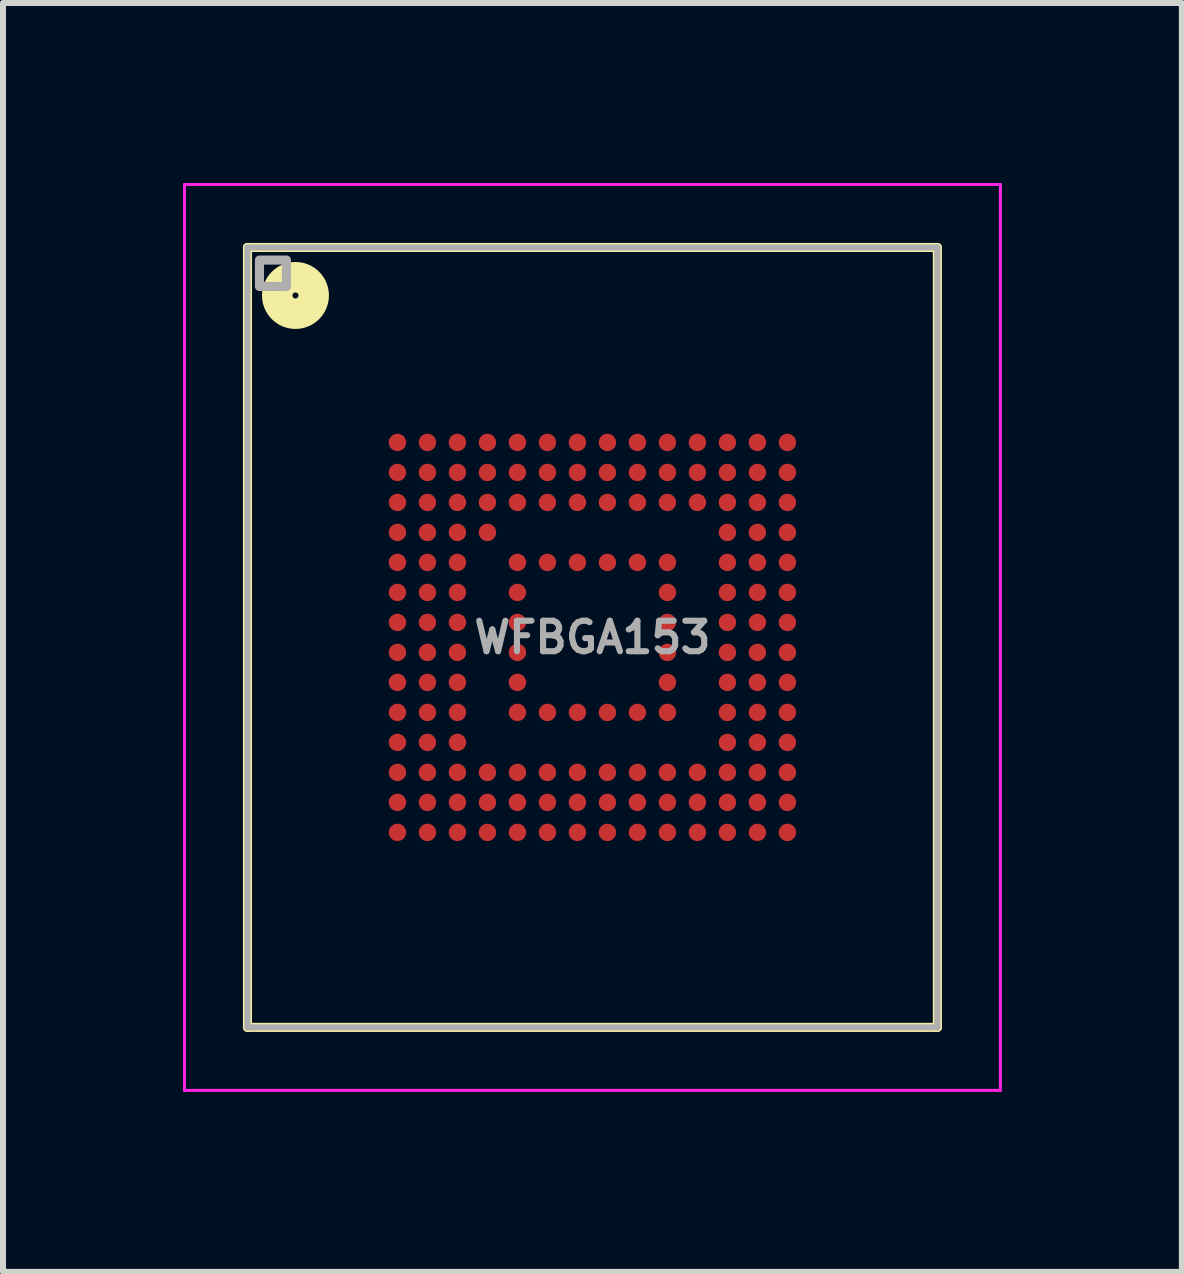
<source format=kicad_pcb>
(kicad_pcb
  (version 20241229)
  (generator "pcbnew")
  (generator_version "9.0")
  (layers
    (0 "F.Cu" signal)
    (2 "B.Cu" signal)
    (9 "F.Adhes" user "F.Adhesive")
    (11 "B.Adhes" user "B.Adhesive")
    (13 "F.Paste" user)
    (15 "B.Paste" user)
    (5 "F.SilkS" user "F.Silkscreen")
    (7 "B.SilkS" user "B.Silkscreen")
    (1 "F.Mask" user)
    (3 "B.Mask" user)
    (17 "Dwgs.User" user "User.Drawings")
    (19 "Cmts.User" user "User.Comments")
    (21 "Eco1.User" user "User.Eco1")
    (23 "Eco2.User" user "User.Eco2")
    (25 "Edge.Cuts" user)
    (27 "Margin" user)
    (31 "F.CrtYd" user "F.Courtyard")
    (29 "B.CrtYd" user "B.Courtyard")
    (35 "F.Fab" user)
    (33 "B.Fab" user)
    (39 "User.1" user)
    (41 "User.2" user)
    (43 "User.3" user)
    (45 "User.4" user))
  (footprint "WFBGA153"
    (layer "F.Cu")
    (at 6.825 7.575)
    (property "Reference" "WFBGA153" (at 0 0 180) (layer "F.Fab") (effects (font (size 0.508 0.508) (thickness 0.102))))
    (attr smd)
    (fp_line (start -5.75 -6.5) (end 5.75 -6.5) (stroke (width 0.152) (type solid)) (layer "F.SilkS"))
    (fp_line (start -5.75 6.5) (end -5.75 -6.5) (stroke (width 0.152) (type solid)) (layer "F.SilkS"))
    (fp_line (start 5.75 -6.5) (end 5.75 6.5) (stroke (width 0.152) (type solid)) (layer "F.SilkS"))
    (fp_line (start 5.75 6.5) (end -5.75 6.5) (stroke (width 0.152) (type solid)) (layer "F.SilkS"))
    (fp_circle (center -4.95 -5.7) (end -4.9 -5.7) (stroke (width 0.508) (type solid)) (fill no) (layer "F.SilkS"))
    (fp_line (start -6.8 -7.55) (end 6.8 -7.55) (stroke (width 0.05) (type solid)) (layer "F.CrtYd"))
    (fp_line (start -6.8 7.55) (end -6.8 -7.55) (stroke (width 0.05) (type solid)) (layer "F.CrtYd"))
    (fp_line (start 6.8 -7.55) (end 6.8 7.55) (stroke (width 0.05) (type solid)) (layer "F.CrtYd"))
    (fp_line (start 6.8 7.55) (end -6.8 7.55) (stroke (width 0.05) (type solid)) (layer "F.CrtYd"))
    (fp_line (start -5.75 -6.5) (end 5.75 -6.5) (stroke (width 0.102) (type solid)) (layer "F.Fab"))
    (fp_line (start -5.75 6.5) (end -5.75 -6.5) (stroke (width 0.102) (type solid)) (layer "F.Fab"))
    (fp_line (start 5.75 -6.5) (end 5.75 6.5) (stroke (width 0.102) (type solid)) (layer "F.Fab"))
    (fp_line (start 5.75 6.5) (end -5.75 6.5) (stroke (width 0.102) (type solid)) (layer "F.Fab"))
    (fp_rect (start -5.55 -5.85) (end -5.1 -6.29) (stroke (width 0.152) (type solid)) (fill no) (layer "F.Fab"))
    (pad "A1" smd circle (at -3.25 -3.25 90) (size 0.29 0.29) (layers "F.Cu" "F.Mask" "F.Paste"))
    (pad "A2" smd circle (at -2.75 -3.25 90) (size 0.29 0.29) (layers "F.Cu" "F.Mask" "F.Paste"))
    (pad "A3" smd circle (at -2.25 -3.25 90) (size 0.29 0.29) (layers "F.Cu" "F.Mask" "F.Paste"))
    (pad "A4" smd circle (at -1.75 -3.25 90) (size 0.29 0.29) (layers "F.Cu" "F.Mask" "F.Paste"))
    (pad "A5" smd circle (at -1.25 -3.25 90) (size 0.29 0.29) (layers "F.Cu" "F.Mask" "F.Paste"))
    (pad "A6" smd circle (at -0.75 -3.25 90) (size 0.29 0.29) (layers "F.Cu" "F.Mask" "F.Paste"))
    (pad "A7" smd circle (at -0.25 -3.25 90) (size 0.29 0.29) (layers "F.Cu" "F.Mask" "F.Paste"))
    (pad "A8" smd circle (at 0.25 -3.25 90) (size 0.29 0.29) (layers "F.Cu" "F.Mask" "F.Paste"))
    (pad "A9" smd circle (at 0.75 -3.25 90) (size 0.29 0.29) (layers "F.Cu" "F.Mask" "F.Paste"))
    (pad "A10" smd circle (at 1.25 -3.25 90) (size 0.29 0.29) (layers "F.Cu" "F.Mask" "F.Paste"))
    (pad "A11" smd circle (at 1.75 -3.25 90) (size 0.29 0.29) (layers "F.Cu" "F.Mask" "F.Paste"))
    (pad "A12" smd circle (at 2.25 -3.25 90) (size 0.29 0.29) (layers "F.Cu" "F.Mask" "F.Paste"))
    (pad "A13" smd circle (at 2.75 -3.25 90) (size 0.29 0.29) (layers "F.Cu" "F.Mask" "F.Paste"))
    (pad "A14" smd circle (at 3.25 -3.25 90) (size 0.29 0.29) (layers "F.Cu" "F.Mask" "F.Paste"))
    (pad "B1" smd circle (at -3.25 -2.75 90) (size 0.29 0.29) (layers "F.Cu" "F.Mask" "F.Paste"))
    (pad "B2" smd circle (at -2.75 -2.75 90) (size 0.29 0.29) (layers "F.Cu" "F.Mask" "F.Paste"))
    (pad "B3" smd circle (at -2.25 -2.75 90) (size 0.29 0.29) (layers "F.Cu" "F.Mask" "F.Paste"))
    (pad "B4" smd circle (at -1.75 -2.75 90) (size 0.29 0.29) (layers "F.Cu" "F.Mask" "F.Paste"))
    (pad "B5" smd circle (at -1.25 -2.75 90) (size 0.29 0.29) (layers "F.Cu" "F.Mask" "F.Paste"))
    (pad "B6" smd circle (at -0.75 -2.75 90) (size 0.29 0.29) (layers "F.Cu" "F.Mask" "F.Paste"))
    (pad "B7" smd circle (at -0.25 -2.75 90) (size 0.29 0.29) (layers "F.Cu" "F.Mask" "F.Paste"))
    (pad "B8" smd circle (at 0.25 -2.75 90) (size 0.29 0.29) (layers "F.Cu" "F.Mask" "F.Paste"))
    (pad "B9" smd circle (at 0.75 -2.75 90) (size 0.29 0.29) (layers "F.Cu" "F.Mask" "F.Paste"))
    (pad "B10" smd circle (at 1.25 -2.75 90) (size 0.29 0.29) (layers "F.Cu" "F.Mask" "F.Paste"))
    (pad "B11" smd circle (at 1.75 -2.75 90) (size 0.29 0.29) (layers "F.Cu" "F.Mask" "F.Paste"))
    (pad "B12" smd circle (at 2.25 -2.75 90) (size 0.29 0.29) (layers "F.Cu" "F.Mask" "F.Paste"))
    (pad "B13" smd circle (at 2.75 -2.75 90) (size 0.29 0.29) (layers "F.Cu" "F.Mask" "F.Paste"))
    (pad "B14" smd circle (at 3.25 -2.75 90) (size 0.29 0.29) (layers "F.Cu" "F.Mask" "F.Paste"))
    (pad "C1" smd circle (at -3.25 -2.25 90) (size 0.29 0.29) (layers "F.Cu" "F.Mask" "F.Paste"))
    (pad "C2" smd circle (at -2.75 -2.25 90) (size 0.29 0.29) (layers "F.Cu" "F.Mask" "F.Paste"))
    (pad "C3" smd circle (at -2.25 -2.25 90) (size 0.29 0.29) (layers "F.Cu" "F.Mask" "F.Paste"))
    (pad "C4" smd circle (at -1.75 -2.25 90) (size 0.29 0.29) (layers "F.Cu" "F.Mask" "F.Paste"))
    (pad "C5" smd circle (at -1.25 -2.25 90) (size 0.29 0.29) (layers "F.Cu" "F.Mask" "F.Paste"))
    (pad "C6" smd circle (at -0.75 -2.25 90) (size 0.29 0.29) (layers "F.Cu" "F.Mask" "F.Paste"))
    (pad "C7" smd circle (at -0.25 -2.25 90) (size 0.29 0.29) (layers "F.Cu" "F.Mask" "F.Paste"))
    (pad "C8" smd circle (at 0.25 -2.25 90) (size 0.29 0.29) (layers "F.Cu" "F.Mask" "F.Paste"))
    (pad "C9" smd circle (at 0.75 -2.25 90) (size 0.29 0.29) (layers "F.Cu" "F.Mask" "F.Paste"))
    (pad "C10" smd circle (at 1.25 -2.25 90) (size 0.29 0.29) (layers "F.Cu" "F.Mask" "F.Paste"))
    (pad "C11" smd circle (at 1.75 -2.25 90) (size 0.29 0.29) (layers "F.Cu" "F.Mask" "F.Paste"))
    (pad "C12" smd circle (at 2.25 -2.25 90) (size 0.29 0.29) (layers "F.Cu" "F.Mask" "F.Paste"))
    (pad "C13" smd circle (at 2.75 -2.25 90) (size 0.29 0.29) (layers "F.Cu" "F.Mask" "F.Paste"))
    (pad "C14" smd circle (at 3.25 -2.25 90) (size 0.29 0.29) (layers "F.Cu" "F.Mask" "F.Paste"))
    (pad "D1" smd circle (at -3.25 -1.75 90) (size 0.29 0.29) (layers "F.Cu" "F.Mask" "F.Paste"))
    (pad "D2" smd circle (at -2.75 -1.75 90) (size 0.29 0.29) (layers "F.Cu" "F.Mask" "F.Paste"))
    (pad "D3" smd circle (at -2.25 -1.75 90) (size 0.29 0.29) (layers "F.Cu" "F.Mask" "F.Paste"))
    (pad "D4" smd circle (at -1.75 -1.75 90) (size 0.29 0.29) (layers "F.Cu" "F.Mask" "F.Paste"))
    (pad "D12" smd circle (at 2.25 -1.75 90) (size 0.29 0.29) (layers "F.Cu" "F.Mask" "F.Paste"))
    (pad "D13" smd circle (at 2.75 -1.75 90) (size 0.29 0.29) (layers "F.Cu" "F.Mask" "F.Paste"))
    (pad "D14" smd circle (at 3.25 -1.75 90) (size 0.29 0.29) (layers "F.Cu" "F.Mask" "F.Paste"))
    (pad "E1" smd circle (at -3.25 -1.25 90) (size 0.29 0.29) (layers "F.Cu" "F.Mask" "F.Paste"))
    (pad "E2" smd circle (at -2.75 -1.25 90) (size 0.29 0.29) (layers "F.Cu" "F.Mask" "F.Paste"))
    (pad "E3" smd circle (at -2.25 -1.25 90) (size 0.29 0.29) (layers "F.Cu" "F.Mask" "F.Paste"))
    (pad "E5" smd circle (at -1.25 -1.25 90) (size 0.29 0.29) (layers "F.Cu" "F.Mask" "F.Paste"))
    (pad "E6" smd circle (at -0.75 -1.25 90) (size 0.29 0.29) (layers "F.Cu" "F.Mask" "F.Paste"))
    (pad "E7" smd circle (at -0.25 -1.25 90) (size 0.29 0.29) (layers "F.Cu" "F.Mask" "F.Paste"))
    (pad "E8" smd circle (at 0.25 -1.25 90) (size 0.29 0.29) (layers "F.Cu" "F.Mask" "F.Paste"))
    (pad "E9" smd circle (at 0.75 -1.25 90) (size 0.29 0.29) (layers "F.Cu" "F.Mask" "F.Paste"))
    (pad "E10" smd circle (at 1.25 -1.25 90) (size 0.29 0.29) (layers "F.Cu" "F.Mask" "F.Paste"))
    (pad "E12" smd circle (at 2.25 -1.25 90) (size 0.29 0.29) (layers "F.Cu" "F.Mask" "F.Paste"))
    (pad "E13" smd circle (at 2.75 -1.25 90) (size 0.29 0.29) (layers "F.Cu" "F.Mask" "F.Paste"))
    (pad "E14" smd circle (at 3.25 -1.25 90) (size 0.29 0.29) (layers "F.Cu" "F.Mask" "F.Paste"))
    (pad "F1" smd circle (at -3.25 -0.75 90) (size 0.29 0.29) (layers "F.Cu" "F.Mask" "F.Paste"))
    (pad "F2" smd circle (at -2.75 -0.75 90) (size 0.29 0.29) (layers "F.Cu" "F.Mask" "F.Paste"))
    (pad "F3" smd circle (at -2.25 -0.75 90) (size 0.29 0.29) (layers "F.Cu" "F.Mask" "F.Paste"))
    (pad "F5" smd circle (at -1.25 -0.75 90) (size 0.29 0.29) (layers "F.Cu" "F.Mask" "F.Paste"))
    (pad "F10" smd circle (at 1.25 -0.75 90) (size 0.29 0.29) (layers "F.Cu" "F.Mask" "F.Paste"))
    (pad "F12" smd circle (at 2.25 -0.75 90) (size 0.29 0.29) (layers "F.Cu" "F.Mask" "F.Paste"))
    (pad "F13" smd circle (at 2.75 -0.75 90) (size 0.29 0.29) (layers "F.Cu" "F.Mask" "F.Paste"))
    (pad "F14" smd circle (at 3.25 -0.75 90) (size 0.29 0.29) (layers "F.Cu" "F.Mask" "F.Paste"))
    (pad "G1" smd circle (at -3.25 -0.25 90) (size 0.29 0.29) (layers "F.Cu" "F.Mask" "F.Paste"))
    (pad "G2" smd circle (at -2.75 -0.25 90) (size 0.29 0.29) (layers "F.Cu" "F.Mask" "F.Paste"))
    (pad "G3" smd circle (at -2.25 -0.25 90) (size 0.29 0.29) (layers "F.Cu" "F.Mask" "F.Paste"))
    (pad "G5" smd circle (at -1.25 -0.25 90) (size 0.29 0.29) (layers "F.Cu" "F.Mask" "F.Paste"))
    (pad "G10" smd circle (at 1.25 -0.25 90) (size 0.29 0.29) (layers "F.Cu" "F.Mask" "F.Paste"))
    (pad "G12" smd circle (at 2.25 -0.25 90) (size 0.29 0.29) (layers "F.Cu" "F.Mask" "F.Paste"))
    (pad "G13" smd circle (at 2.75 -0.25 90) (size 0.29 0.29) (layers "F.Cu" "F.Mask" "F.Paste"))
    (pad "G14" smd circle (at 3.25 -0.25 90) (size 0.29 0.29) (layers "F.Cu" "F.Mask" "F.Paste"))
    (pad "H1" smd circle (at -3.25 0.25 90) (size 0.29 0.29) (layers "F.Cu" "F.Mask" "F.Paste"))
    (pad "H2" smd circle (at -2.75 0.25 90) (size 0.29 0.29) (layers "F.Cu" "F.Mask" "F.Paste"))
    (pad "H3" smd circle (at -2.25 0.25 90) (size 0.29 0.29) (layers "F.Cu" "F.Mask" "F.Paste"))
    (pad "H5" smd circle (at -1.25 0.25 90) (size 0.29 0.29) (layers "F.Cu" "F.Mask" "F.Paste"))
    (pad "H10" smd circle (at 1.25 0.25 90) (size 0.29 0.29) (layers "F.Cu" "F.Mask" "F.Paste"))
    (pad "H12" smd circle (at 2.25 0.25 90) (size 0.29 0.29) (layers "F.Cu" "F.Mask" "F.Paste"))
    (pad "H13" smd circle (at 2.75 0.25 90) (size 0.29 0.29) (layers "F.Cu" "F.Mask" "F.Paste"))
    (pad "H14" smd circle (at 3.25 0.25 90) (size 0.29 0.29) (layers "F.Cu" "F.Mask" "F.Paste"))
    (pad "J1" smd circle (at -3.25 0.75 90) (size 0.29 0.29) (layers "F.Cu" "F.Mask" "F.Paste"))
    (pad "J2" smd circle (at -2.75 0.75 90) (size 0.29 0.29) (layers "F.Cu" "F.Mask" "F.Paste"))
    (pad "J3" smd circle (at -2.25 0.75 90) (size 0.29 0.29) (layers "F.Cu" "F.Mask" "F.Paste"))
    (pad "J5" smd circle (at -1.25 0.75 90) (size 0.29 0.29) (layers "F.Cu" "F.Mask" "F.Paste"))
    (pad "J10" smd circle (at 1.25 0.75 90) (size 0.29 0.29) (layers "F.Cu" "F.Mask" "F.Paste"))
    (pad "J12" smd circle (at 2.25 0.75 90) (size 0.29 0.29) (layers "F.Cu" "F.Mask" "F.Paste"))
    (pad "J13" smd circle (at 2.75 0.75 90) (size 0.29 0.29) (layers "F.Cu" "F.Mask" "F.Paste"))
    (pad "J14" smd circle (at 3.25 0.75 90) (size 0.29 0.29) (layers "F.Cu" "F.Mask" "F.Paste"))
    (pad "K1" smd circle (at -3.25 1.25 90) (size 0.29 0.29) (layers "F.Cu" "F.Mask" "F.Paste"))
    (pad "K2" smd circle (at -2.75 1.25 90) (size 0.29 0.29) (layers "F.Cu" "F.Mask" "F.Paste"))
    (pad "K3" smd circle (at -2.25 1.25 90) (size 0.29 0.29) (layers "F.Cu" "F.Mask" "F.Paste"))
    (pad "K5" smd circle (at -1.25 1.25 90) (size 0.29 0.29) (layers "F.Cu" "F.Mask" "F.Paste"))
    (pad "K6" smd circle (at -0.75 1.25 90) (size 0.29 0.29) (layers "F.Cu" "F.Mask" "F.Paste"))
    (pad "K7" smd circle (at -0.25 1.25 90) (size 0.29 0.29) (layers "F.Cu" "F.Mask" "F.Paste"))
    (pad "K8" smd circle (at 0.25 1.25 90) (size 0.29 0.29) (layers "F.Cu" "F.Mask" "F.Paste"))
    (pad "K9" smd circle (at 0.75 1.25 90) (size 0.29 0.29) (layers "F.Cu" "F.Mask" "F.Paste"))
    (pad "K10" smd circle (at 1.25 1.25 90) (size 0.29 0.29) (layers "F.Cu" "F.Mask" "F.Paste"))
    (pad "K12" smd circle (at 2.25 1.25 90) (size 0.29 0.29) (layers "F.Cu" "F.Mask" "F.Paste"))
    (pad "K13" smd circle (at 2.75 1.25 90) (size 0.29 0.29) (layers "F.Cu" "F.Mask" "F.Paste"))
    (pad "K14" smd circle (at 3.25 1.25 90) (size 0.29 0.29) (layers "F.Cu" "F.Mask" "F.Paste"))
    (pad "L1" smd circle (at -3.25 1.75 90) (size 0.29 0.29) (layers "F.Cu" "F.Mask" "F.Paste"))
    (pad "L2" smd circle (at -2.75 1.75 90) (size 0.29 0.29) (layers "F.Cu" "F.Mask" "F.Paste"))
    (pad "L3" smd circle (at -2.25 1.75 90) (size 0.29 0.29) (layers "F.Cu" "F.Mask" "F.Paste"))
    (pad "L12" smd circle (at 2.25 1.75 90) (size 0.29 0.29) (layers "F.Cu" "F.Mask" "F.Paste"))
    (pad "L13" smd circle (at 2.75 1.75 90) (size 0.29 0.29) (layers "F.Cu" "F.Mask" "F.Paste"))
    (pad "L14" smd circle (at 3.25 1.75 90) (size 0.29 0.29) (layers "F.Cu" "F.Mask" "F.Paste"))
    (pad "M1" smd circle (at -3.25 2.25 90) (size 0.29 0.29) (layers "F.Cu" "F.Mask" "F.Paste"))
    (pad "M2" smd circle (at -2.75 2.25 90) (size 0.29 0.29) (layers "F.Cu" "F.Mask" "F.Paste"))
    (pad "M3" smd circle (at -2.25 2.25 90) (size 0.29 0.29) (layers "F.Cu" "F.Mask" "F.Paste"))
    (pad "M4" smd circle (at -1.75 2.25 90) (size 0.29 0.29) (layers "F.Cu" "F.Mask" "F.Paste"))
    (pad "M5" smd circle (at -1.25 2.25 90) (size 0.29 0.29) (layers "F.Cu" "F.Mask" "F.Paste"))
    (pad "M6" smd circle (at -0.75 2.25 90) (size 0.29 0.29) (layers "F.Cu" "F.Mask" "F.Paste"))
    (pad "M7" smd circle (at -0.25 2.25 90) (size 0.29 0.29) (layers "F.Cu" "F.Mask" "F.Paste"))
    (pad "M8" smd circle (at 0.25 2.25 90) (size 0.29 0.29) (layers "F.Cu" "F.Mask" "F.Paste"))
    (pad "M9" smd circle (at 0.75 2.25 90) (size 0.29 0.29) (layers "F.Cu" "F.Mask" "F.Paste"))
    (pad "M10" smd circle (at 1.25 2.25 90) (size 0.29 0.29) (layers "F.Cu" "F.Mask" "F.Paste"))
    (pad "M11" smd circle (at 1.75 2.25 90) (size 0.29 0.29) (layers "F.Cu" "F.Mask" "F.Paste"))
    (pad "M12" smd circle (at 2.25 2.25 90) (size 0.29 0.29) (layers "F.Cu" "F.Mask" "F.Paste"))
    (pad "M13" smd circle (at 2.75 2.25 90) (size 0.29 0.29) (layers "F.Cu" "F.Mask" "F.Paste"))
    (pad "M14" smd circle (at 3.25 2.25 90) (size 0.29 0.29) (layers "F.Cu" "F.Mask" "F.Paste"))
    (pad "N1" smd circle (at -3.25 2.75 90) (size 0.29 0.29) (layers "F.Cu" "F.Mask" "F.Paste"))
    (pad "N2" smd circle (at -2.75 2.75 90) (size 0.29 0.29) (layers "F.Cu" "F.Mask" "F.Paste"))
    (pad "N3" smd circle (at -2.25 2.75 90) (size 0.29 0.29) (layers "F.Cu" "F.Mask" "F.Paste"))
    (pad "N4" smd circle (at -1.75 2.75 90) (size 0.29 0.29) (layers "F.Cu" "F.Mask" "F.Paste"))
    (pad "N5" smd circle (at -1.25 2.75 90) (size 0.29 0.29) (layers "F.Cu" "F.Mask" "F.Paste"))
    (pad "N6" smd circle (at -0.75 2.75 90) (size 0.29 0.29) (layers "F.Cu" "F.Mask" "F.Paste"))
    (pad "N7" smd circle (at -0.25 2.75 90) (size 0.29 0.29) (layers "F.Cu" "F.Mask" "F.Paste"))
    (pad "N8" smd circle (at 0.25 2.75 90) (size 0.29 0.29) (layers "F.Cu" "F.Mask" "F.Paste"))
    (pad "N9" smd circle (at 0.75 2.75 90) (size 0.29 0.29) (layers "F.Cu" "F.Mask" "F.Paste"))
    (pad "N10" smd circle (at 1.25 2.75 90) (size 0.29 0.29) (layers "F.Cu" "F.Mask" "F.Paste"))
    (pad "N11" smd circle (at 1.75 2.75 90) (size 0.29 0.29) (layers "F.Cu" "F.Mask" "F.Paste"))
    (pad "N12" smd circle (at 2.25 2.75 90) (size 0.29 0.29) (layers "F.Cu" "F.Mask" "F.Paste"))
    (pad "N13" smd circle (at 2.75 2.75 90) (size 0.29 0.29) (layers "F.Cu" "F.Mask" "F.Paste"))
    (pad "N14" smd circle (at 3.25 2.75 90) (size 0.29 0.29) (layers "F.Cu" "F.Mask" "F.Paste"))
    (pad "P1" smd circle (at -3.25 3.25 90) (size 0.29 0.29) (layers "F.Cu" "F.Mask" "F.Paste"))
    (pad "P2" smd circle (at -2.75 3.25 90) (size 0.29 0.29) (layers "F.Cu" "F.Mask" "F.Paste"))
    (pad "P3" smd circle (at -2.25 3.25 90) (size 0.29 0.29) (layers "F.Cu" "F.Mask" "F.Paste"))
    (pad "P4" smd circle (at -1.75 3.25 90) (size 0.29 0.29) (layers "F.Cu" "F.Mask" "F.Paste"))
    (pad "P5" smd circle (at -1.25 3.25 90) (size 0.29 0.29) (layers "F.Cu" "F.Mask" "F.Paste"))
    (pad "P6" smd circle (at -0.75 3.25 90) (size 0.29 0.29) (layers "F.Cu" "F.Mask" "F.Paste"))
    (pad "P7" smd circle (at -0.25 3.25 90) (size 0.29 0.29) (layers "F.Cu" "F.Mask" "F.Paste"))
    (pad "P8" smd circle (at 0.25 3.25 90) (size 0.29 0.29) (layers "F.Cu" "F.Mask" "F.Paste"))
    (pad "P9" smd circle (at 0.75 3.25 90) (size 0.29 0.29) (layers "F.Cu" "F.Mask" "F.Paste"))
    (pad "P10" smd circle (at 1.25 3.25 90) (size 0.29 0.29) (layers "F.Cu" "F.Mask" "F.Paste"))
    (pad "P11" smd circle (at 1.75 3.25 90) (size 0.29 0.29) (layers "F.Cu" "F.Mask" "F.Paste"))
    (pad "P12" smd circle (at 2.25 3.25 90) (size 0.29 0.29) (layers "F.Cu" "F.Mask" "F.Paste"))
    (pad "P13" smd circle (at 2.75 3.25 90) (size 0.29 0.29) (layers "F.Cu" "F.Mask" "F.Paste"))
    (pad "P14" smd circle (at 3.25 3.25 90) (size 0.29 0.29) (layers "F.Cu" "F.Mask" "F.Paste")))
  (gr_rect
    (start -3 -3)
    (end 16.65 18.15)
    (stroke (width 0.1) (type default))
    (fill no)
    (layer "Edge.Cuts")))
</source>
